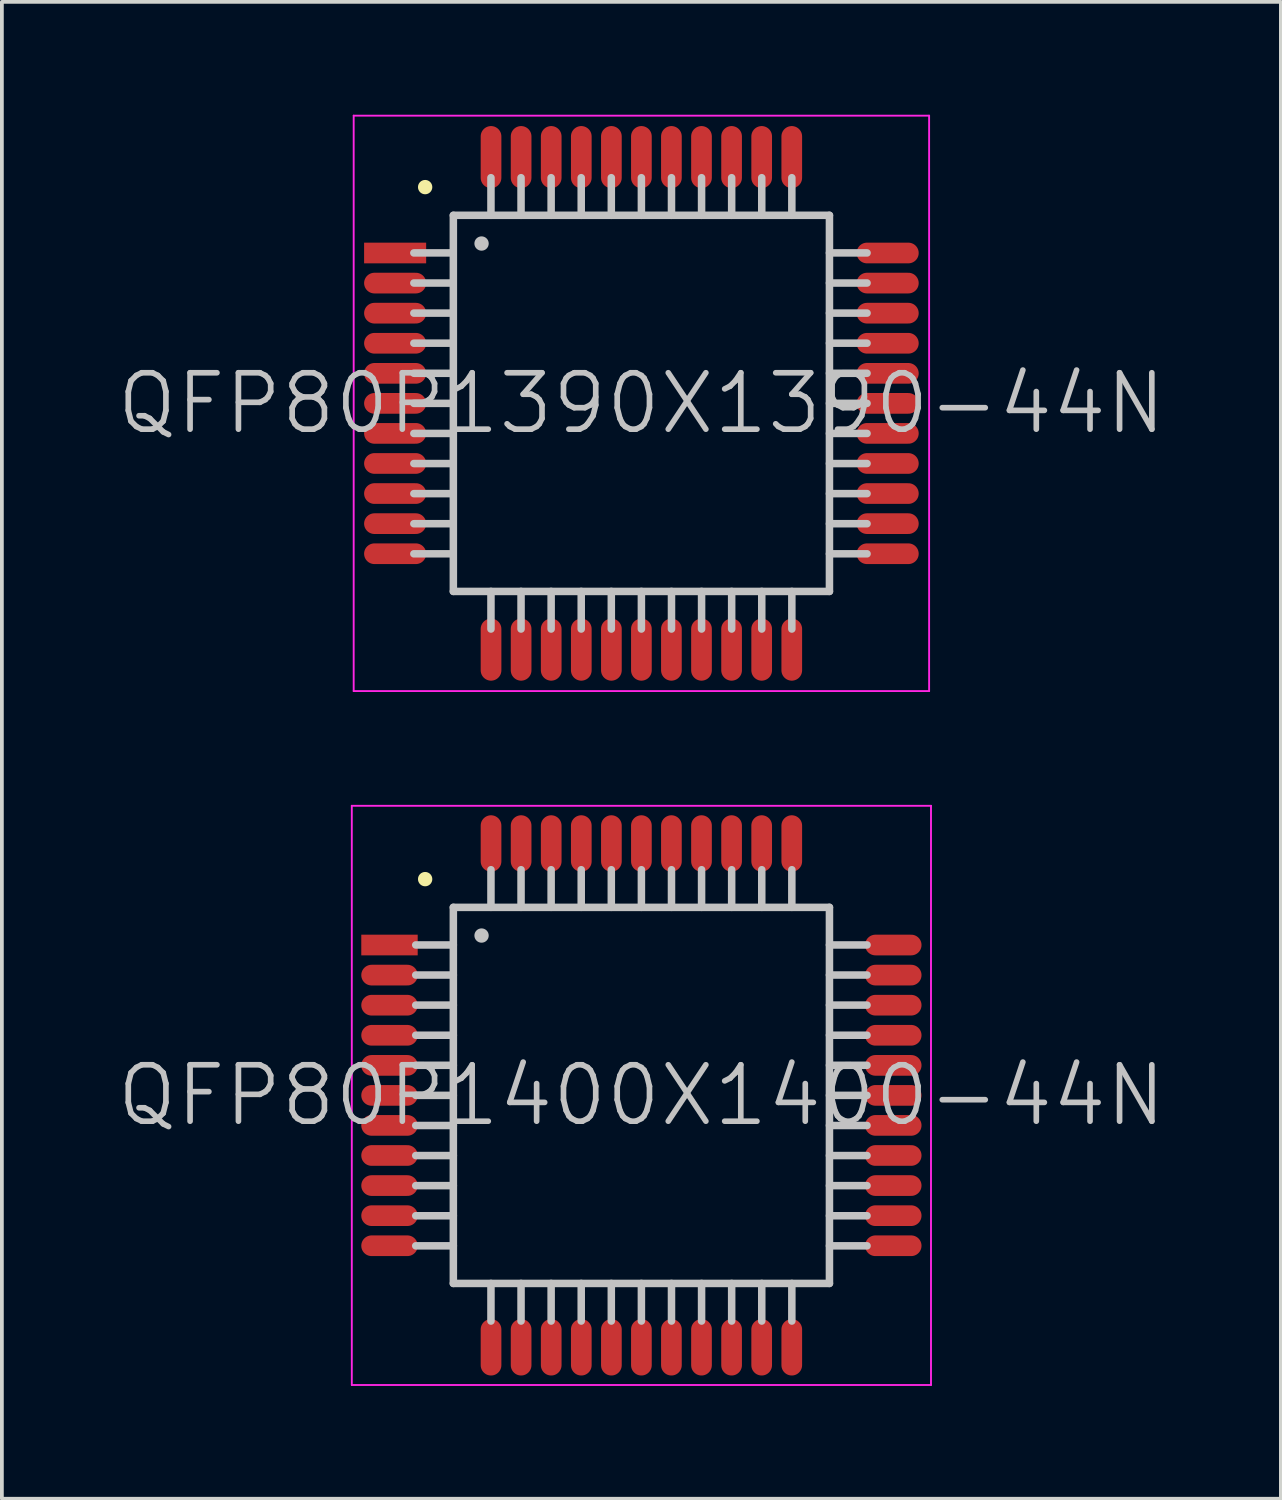
<source format=kicad_pcb>
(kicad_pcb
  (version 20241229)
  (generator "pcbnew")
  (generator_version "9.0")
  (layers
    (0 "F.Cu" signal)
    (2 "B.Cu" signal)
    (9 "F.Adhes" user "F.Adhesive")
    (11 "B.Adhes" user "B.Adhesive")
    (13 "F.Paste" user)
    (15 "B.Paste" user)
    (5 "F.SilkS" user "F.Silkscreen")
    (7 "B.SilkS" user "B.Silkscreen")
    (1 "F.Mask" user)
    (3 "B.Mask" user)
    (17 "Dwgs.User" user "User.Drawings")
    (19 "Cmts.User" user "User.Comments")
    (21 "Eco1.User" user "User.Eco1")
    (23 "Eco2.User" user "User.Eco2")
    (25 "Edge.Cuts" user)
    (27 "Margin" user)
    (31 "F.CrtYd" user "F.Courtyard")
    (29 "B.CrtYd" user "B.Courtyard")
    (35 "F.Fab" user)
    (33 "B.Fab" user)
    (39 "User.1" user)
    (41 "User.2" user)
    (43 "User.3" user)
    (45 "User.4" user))
  (footprint "QFP80P1390X1390-44N"
    (layer "F.Cu")
    (at 14.004 7.675)
    (property "Reference" "QFP80P1390X1390-44N" (at 0 0 0) (layer "Dwgs.User") (effects (font (size 1.5 1.5) (thickness 0.15))))
    (attr smd)
    (fp_line (start -5.75 -5.75) (end -5.75 -5.75) (stroke (width 0.381) (type solid)) (layer "F.SilkS"))
    (fp_line (start -5.05 -4) (end -6.05 -4) (stroke (width 0.2) (type solid)) (layer "Dwgs.User"))
    (fp_line (start -5.05 -3.2) (end -6.05 -3.2) (stroke (width 0.2) (type solid)) (layer "Dwgs.User"))
    (fp_line (start -5.05 -2.4) (end -6.05 -2.4) (stroke (width 0.2) (type solid)) (layer "Dwgs.User"))
    (fp_line (start -5.05 -1.6) (end -6.05 -1.6) (stroke (width 0.2) (type solid)) (layer "Dwgs.User"))
    (fp_line (start -5.05 -0.8) (end -6.05 -0.8) (stroke (width 0.2) (type solid)) (layer "Dwgs.User"))
    (fp_line (start -5.05 0) (end -6.05 0) (stroke (width 0.2) (type solid)) (layer "Dwgs.User"))
    (fp_line (start -5.05 0.8) (end -6.05 0.8) (stroke (width 0.2) (type solid)) (layer "Dwgs.User"))
    (fp_line (start -5.05 1.6) (end -6.05 1.6) (stroke (width 0.2) (type solid)) (layer "Dwgs.User"))
    (fp_line (start -5.05 2.4) (end -6.05 2.4) (stroke (width 0.2) (type solid)) (layer "Dwgs.User"))
    (fp_line (start -5.05 3.2) (end -6.05 3.2) (stroke (width 0.2) (type solid)) (layer "Dwgs.User"))
    (fp_line (start -5.05 4) (end -6.05 4) (stroke (width 0.2) (type solid)) (layer "Dwgs.User"))
    (fp_line (start -5 -5) (end -5 5) (stroke (width 0.2) (type solid)) (layer "Dwgs.User"))
    (fp_line (start -5 -5) (end 5 -5) (stroke (width 0.2) (type solid)) (layer "Dwgs.User"))
    (fp_line (start -5 5) (end 5 5) (stroke (width 0.2) (type solid)) (layer "Dwgs.User"))
    (fp_line (start -4.25 -4.25) (end -4.25 -4.25) (stroke (width 0.381) (type solid)) (layer "Dwgs.User"))
    (fp_line (start -4 -5) (end -4 -6) (stroke (width 0.2) (type solid)) (layer "Dwgs.User"))
    (fp_line (start -4 6) (end -4 5) (stroke (width 0.2) (type solid)) (layer "Dwgs.User"))
    (fp_line (start -3.2 -5) (end -3.2 -6) (stroke (width 0.2) (type solid)) (layer "Dwgs.User"))
    (fp_line (start -3.2 6) (end -3.2 5) (stroke (width 0.2) (type solid)) (layer "Dwgs.User"))
    (fp_line (start -2.4 -5) (end -2.4 -6) (stroke (width 0.2) (type solid)) (layer "Dwgs.User"))
    (fp_line (start -2.4 6) (end -2.4 5) (stroke (width 0.2) (type solid)) (layer "Dwgs.User"))
    (fp_line (start -1.6 -5) (end -1.6 -6) (stroke (width 0.2) (type solid)) (layer "Dwgs.User"))
    (fp_line (start -1.6 6) (end -1.6 5) (stroke (width 0.2) (type solid)) (layer "Dwgs.User"))
    (fp_line (start -0.8 -5) (end -0.8 -6) (stroke (width 0.2) (type solid)) (layer "Dwgs.User"))
    (fp_line (start -0.8 6) (end -0.8 5) (stroke (width 0.2) (type solid)) (layer "Dwgs.User"))
    (fp_line (start 0 -5) (end 0 -6) (stroke (width 0.2) (type solid)) (layer "Dwgs.User"))
    (fp_line (start 0 6) (end 0 5) (stroke (width 0.2) (type solid)) (layer "Dwgs.User"))
    (fp_line (start 0.8 -5) (end 0.8 -6) (stroke (width 0.2) (type solid)) (layer "Dwgs.User"))
    (fp_line (start 0.8 6) (end 0.8 5) (stroke (width 0.2) (type solid)) (layer "Dwgs.User"))
    (fp_line (start 1.6 -5) (end 1.6 -6) (stroke (width 0.2) (type solid)) (layer "Dwgs.User"))
    (fp_line (start 1.6 6) (end 1.6 5) (stroke (width 0.2) (type solid)) (layer "Dwgs.User"))
    (fp_line (start 2.4 -5) (end 2.4 -6) (stroke (width 0.2) (type solid)) (layer "Dwgs.User"))
    (fp_line (start 2.4 6) (end 2.4 5) (stroke (width 0.2) (type solid)) (layer "Dwgs.User"))
    (fp_line (start 3.2 -5) (end 3.2 -6) (stroke (width 0.2) (type solid)) (layer "Dwgs.User"))
    (fp_line (start 3.2 6) (end 3.2 5) (stroke (width 0.2) (type solid)) (layer "Dwgs.User"))
    (fp_line (start 4 -5) (end 4 -6) (stroke (width 0.2) (type solid)) (layer "Dwgs.User"))
    (fp_line (start 4 6) (end 4 5) (stroke (width 0.2) (type solid)) (layer "Dwgs.User"))
    (fp_line (start 5 -5) (end 5 5) (stroke (width 0.2) (type solid)) (layer "Dwgs.User"))
    (fp_line (start 6 -4) (end 5 -4) (stroke (width 0.2) (type solid)) (layer "Dwgs.User"))
    (fp_line (start 6 -3.2) (end 5 -3.2) (stroke (width 0.2) (type solid)) (layer "Dwgs.User"))
    (fp_line (start 6 -2.4) (end 5 -2.4) (stroke (width 0.2) (type solid)) (layer "Dwgs.User"))
    (fp_line (start 6 -1.6) (end 5 -1.6) (stroke (width 0.2) (type solid)) (layer "Dwgs.User"))
    (fp_line (start 6 -0.8) (end 5 -0.8) (stroke (width 0.2) (type solid)) (layer "Dwgs.User"))
    (fp_line (start 6 0) (end 5 0) (stroke (width 0.2) (type solid)) (layer "Dwgs.User"))
    (fp_line (start 6 0.8) (end 5 0.8) (stroke (width 0.2) (type solid)) (layer "Dwgs.User"))
    (fp_line (start 6 1.6) (end 5 1.6) (stroke (width 0.2) (type solid)) (layer "Dwgs.User"))
    (fp_line (start 6 2.4) (end 5 2.4) (stroke (width 0.2) (type solid)) (layer "Dwgs.User"))
    (fp_line (start 6 3.2) (end 5 3.2) (stroke (width 0.2) (type solid)) (layer "Dwgs.User"))
    (fp_line (start 6 4) (end 5 4) (stroke (width 0.2) (type solid)) (layer "Dwgs.User"))
    (fp_line (start -7.65 -7.65) (end -7.65 7.65) (stroke (width 0.05) (type solid)) (layer "F.CrtYd"))
    (fp_line (start -7.65 -7.65) (end 7.65 -7.65) (stroke (width 0.05) (type solid)) (layer "F.CrtYd"))
    (fp_line (start -7.65 7.65) (end 7.65 7.65) (stroke (width 0.05) (type solid)) (layer "F.CrtYd"))
    (fp_line (start 7.65 -7.65) (end 7.65 7.65) (stroke (width 0.05) (type solid)) (layer "F.CrtYd"))
    (pad "1" smd rect (at -6.548 -3.998 90) (size 0.55 1.65) (layers "F.Cu" "F.Mask" "F.Paste"))
    (pad "2" smd oval (at -6.548 -3.198 90) (size 0.55 1.65) (layers "F.Cu" "F.Mask" "F.Paste"))
    (pad "3" smd oval (at -6.548 -2.398 90) (size 0.55 1.65) (layers "F.Cu" "F.Mask" "F.Paste"))
    (pad "4" smd oval (at -6.548 -1.598 90) (size 0.55 1.65) (layers "F.Cu" "F.Mask" "F.Paste"))
    (pad "5" smd oval (at -6.548 -0.798 90) (size 0.55 1.65) (layers "F.Cu" "F.Mask" "F.Paste"))
    (pad "6" smd oval (at -6.548 0 90) (size 0.55 1.65) (layers "F.Cu" "F.Mask" "F.Paste"))
    (pad "7" smd oval (at -6.548 0.798 90) (size 0.55 1.65) (layers "F.Cu" "F.Mask" "F.Paste"))
    (pad "8" smd oval (at -6.548 1.598 90) (size 0.55 1.65) (layers "F.Cu" "F.Mask" "F.Paste"))
    (pad "9" smd oval (at -6.548 2.398 90) (size 0.55 1.65) (layers "F.Cu" "F.Mask" "F.Paste"))
    (pad "10" smd oval (at -6.548 3.198 90) (size 0.55 1.65) (layers "F.Cu" "F.Mask" "F.Paste"))
    (pad "11" smd oval (at -6.548 3.998 90) (size 0.55 1.65) (layers "F.Cu" "F.Mask" "F.Paste"))
    (pad "12" smd oval (at -3.998 6.548 180) (size 0.55 1.65) (layers "F.Cu" "F.Mask" "F.Paste"))
    (pad "13" smd oval (at -3.198 6.548 180) (size 0.55 1.65) (layers "F.Cu" "F.Mask" "F.Paste"))
    (pad "14" smd oval (at -2.398 6.548 180) (size 0.55 1.65) (layers "F.Cu" "F.Mask" "F.Paste"))
    (pad "15" smd oval (at -1.598 6.548 180) (size 0.55 1.65) (layers "F.Cu" "F.Mask" "F.Paste"))
    (pad "16" smd oval (at -0.798 6.548 180) (size 0.55 1.65) (layers "F.Cu" "F.Mask" "F.Paste"))
    (pad "17" smd oval (at 0 6.548 180) (size 0.55 1.65) (layers "F.Cu" "F.Mask" "F.Paste"))
    (pad "18" smd oval (at 0.798 6.548 180) (size 0.55 1.65) (layers "F.Cu" "F.Mask" "F.Paste"))
    (pad "19" smd oval (at 1.598 6.548 180) (size 0.55 1.65) (layers "F.Cu" "F.Mask" "F.Paste"))
    (pad "20" smd oval (at 2.398 6.548 180) (size 0.55 1.65) (layers "F.Cu" "F.Mask" "F.Paste"))
    (pad "21" smd oval (at 3.198 6.548 180) (size 0.55 1.65) (layers "F.Cu" "F.Mask" "F.Paste"))
    (pad "22" smd oval (at 3.998 6.548 180) (size 0.55 1.65) (layers "F.Cu" "F.Mask" "F.Paste"))
    (pad "23" smd oval (at 6.548 3.998 270) (size 0.55 1.65) (layers "F.Cu" "F.Mask" "F.Paste"))
    (pad "24" smd oval (at 6.548 3.198 270) (size 0.55 1.65) (layers "F.Cu" "F.Mask" "F.Paste"))
    (pad "25" smd oval (at 6.548 2.398 270) (size 0.55 1.65) (layers "F.Cu" "F.Mask" "F.Paste"))
    (pad "26" smd oval (at 6.548 1.598 270) (size 0.55 1.65) (layers "F.Cu" "F.Mask" "F.Paste"))
    (pad "27" smd oval (at 6.548 0.798 270) (size 0.55 1.65) (layers "F.Cu" "F.Mask" "F.Paste"))
    (pad "28" smd oval (at 6.548 0 270) (size 0.55 1.65) (layers "F.Cu" "F.Mask" "F.Paste"))
    (pad "29" smd oval (at 6.548 -0.798 270) (size 0.55 1.65) (layers "F.Cu" "F.Mask" "F.Paste"))
    (pad "30" smd oval (at 6.548 -1.598 270) (size 0.55 1.65) (layers "F.Cu" "F.Mask" "F.Paste"))
    (pad "31" smd oval (at 6.548 -2.398 270) (size 0.55 1.65) (layers "F.Cu" "F.Mask" "F.Paste"))
    (pad "32" smd oval (at 6.548 -3.198 270) (size 0.55 1.65) (layers "F.Cu" "F.Mask" "F.Paste"))
    (pad "33" smd oval (at 6.548 -3.998 270) (size 0.55 1.65) (layers "F.Cu" "F.Mask" "F.Paste"))
    (pad "34" smd oval (at 3.998 -6.548) (size 0.55 1.65) (layers "F.Cu" "F.Mask" "F.Paste"))
    (pad "35" smd oval (at 3.198 -6.548) (size 0.55 1.65) (layers "F.Cu" "F.Mask" "F.Paste"))
    (pad "36" smd oval (at 2.398 -6.548) (size 0.55 1.65) (layers "F.Cu" "F.Mask" "F.Paste"))
    (pad "37" smd oval (at 1.598 -6.548) (size 0.55 1.65) (layers "F.Cu" "F.Mask" "F.Paste"))
    (pad "38" smd oval (at 0.798 -6.548) (size 0.55 1.65) (layers "F.Cu" "F.Mask" "F.Paste"))
    (pad "39" smd oval (at 0 -6.548) (size 0.55 1.65) (layers "F.Cu" "F.Mask" "F.Paste"))
    (pad "40" smd oval (at -0.798 -6.548) (size 0.55 1.65) (layers "F.Cu" "F.Mask" "F.Paste"))
    (pad "41" smd oval (at -1.598 -6.548) (size 0.55 1.65) (layers "F.Cu" "F.Mask" "F.Paste"))
    (pad "42" smd oval (at -2.398 -6.548) (size 0.55 1.65) (layers "F.Cu" "F.Mask" "F.Paste"))
    (pad "43" smd oval (at -3.198 -6.548) (size 0.55 1.65) (layers "F.Cu" "F.Mask" "F.Paste"))
    (pad "44" smd oval (at -3.998 -6.548) (size 0.55 1.65) (layers "F.Cu" "F.Mask" "F.Paste")))
  (footprint "QFP80P1400X1400-44N"
    (layer "F.Cu")
    (at 14.004 26.075)
    (property "Reference" "QFP80P1400X1400-44N" (at 0 0 0) (layer "Dwgs.User") (effects (font (size 1.5 1.5) (thickness 0.15))))
    (attr smd)
    (fp_line (start -5.75 -5.75) (end -5.75 -5.75) (stroke (width 0.381) (type solid)) (layer "F.SilkS"))
    (fp_line (start -5 -5) (end -5 5) (stroke (width 0.2) (type solid)) (layer "Dwgs.User"))
    (fp_line (start -5 -5) (end 5 -5) (stroke (width 0.2) (type solid)) (layer "Dwgs.User"))
    (fp_line (start -5 -4) (end -6 -4) (stroke (width 0.2) (type solid)) (layer "Dwgs.User"))
    (fp_line (start -5 -3.2) (end -6 -3.2) (stroke (width 0.2) (type solid)) (layer "Dwgs.User"))
    (fp_line (start -5 -2.4) (end -6 -2.4) (stroke (width 0.2) (type solid)) (layer "Dwgs.User"))
    (fp_line (start -5 -1.6) (end -6 -1.6) (stroke (width 0.2) (type solid)) (layer "Dwgs.User"))
    (fp_line (start -5 -0.8) (end -6 -0.8) (stroke (width 0.2) (type solid)) (layer "Dwgs.User"))
    (fp_line (start -5 0) (end -6 0) (stroke (width 0.2) (type solid)) (layer "Dwgs.User"))
    (fp_line (start -5 0.8) (end -6 0.8) (stroke (width 0.2) (type solid)) (layer "Dwgs.User"))
    (fp_line (start -5 1.6) (end -6 1.6) (stroke (width 0.2) (type solid)) (layer "Dwgs.User"))
    (fp_line (start -5 2.4) (end -6 2.4) (stroke (width 0.2) (type solid)) (layer "Dwgs.User"))
    (fp_line (start -5 3.2) (end -6 3.2) (stroke (width 0.2) (type solid)) (layer "Dwgs.User"))
    (fp_line (start -5 4) (end -6 4) (stroke (width 0.2) (type solid)) (layer "Dwgs.User"))
    (fp_line (start -5 5) (end 5 5) (stroke (width 0.2) (type solid)) (layer "Dwgs.User"))
    (fp_line (start -4.25 -4.25) (end -4.25 -4.25) (stroke (width 0.381) (type solid)) (layer "Dwgs.User"))
    (fp_line (start -4 -5) (end -4 -6) (stroke (width 0.2) (type solid)) (layer "Dwgs.User"))
    (fp_line (start -4 6) (end -4 5) (stroke (width 0.2) (type solid)) (layer "Dwgs.User"))
    (fp_line (start -3.2 -5) (end -3.2 -6) (stroke (width 0.2) (type solid)) (layer "Dwgs.User"))
    (fp_line (start -3.2 6) (end -3.2 5) (stroke (width 0.2) (type solid)) (layer "Dwgs.User"))
    (fp_line (start -2.4 -5) (end -2.4 -6) (stroke (width 0.2) (type solid)) (layer "Dwgs.User"))
    (fp_line (start -2.4 6) (end -2.4 5) (stroke (width 0.2) (type solid)) (layer "Dwgs.User"))
    (fp_line (start -1.6 -5) (end -1.6 -6) (stroke (width 0.2) (type solid)) (layer "Dwgs.User"))
    (fp_line (start -1.6 6) (end -1.6 5) (stroke (width 0.2) (type solid)) (layer "Dwgs.User"))
    (fp_line (start -0.8 -5) (end -0.8 -6) (stroke (width 0.2) (type solid)) (layer "Dwgs.User"))
    (fp_line (start -0.8 6) (end -0.8 5) (stroke (width 0.2) (type solid)) (layer "Dwgs.User"))
    (fp_line (start 0 -5) (end 0 -6) (stroke (width 0.2) (type solid)) (layer "Dwgs.User"))
    (fp_line (start 0 6) (end 0 5) (stroke (width 0.2) (type solid)) (layer "Dwgs.User"))
    (fp_line (start 0.8 -5) (end 0.8 -6) (stroke (width 0.2) (type solid)) (layer "Dwgs.User"))
    (fp_line (start 0.8 6) (end 0.8 5) (stroke (width 0.2) (type solid)) (layer "Dwgs.User"))
    (fp_line (start 1.6 -5) (end 1.6 -6) (stroke (width 0.2) (type solid)) (layer "Dwgs.User"))
    (fp_line (start 1.6 6) (end 1.6 5) (stroke (width 0.2) (type solid)) (layer "Dwgs.User"))
    (fp_line (start 2.4 -5) (end 2.4 -6) (stroke (width 0.2) (type solid)) (layer "Dwgs.User"))
    (fp_line (start 2.4 6) (end 2.4 5) (stroke (width 0.2) (type solid)) (layer "Dwgs.User"))
    (fp_line (start 3.2 -5) (end 3.2 -6) (stroke (width 0.2) (type solid)) (layer "Dwgs.User"))
    (fp_line (start 3.2 6) (end 3.2 5) (stroke (width 0.2) (type solid)) (layer "Dwgs.User"))
    (fp_line (start 4 -5) (end 4 -6) (stroke (width 0.2) (type solid)) (layer "Dwgs.User"))
    (fp_line (start 4 6) (end 4 5) (stroke (width 0.2) (type solid)) (layer "Dwgs.User"))
    (fp_line (start 5 -5) (end 5 5) (stroke (width 0.2) (type solid)) (layer "Dwgs.User"))
    (fp_line (start 6 -4) (end 5 -4) (stroke (width 0.2) (type solid)) (layer "Dwgs.User"))
    (fp_line (start 6 -3.2) (end 5 -3.2) (stroke (width 0.2) (type solid)) (layer "Dwgs.User"))
    (fp_line (start 6 -2.4) (end 5 -2.4) (stroke (width 0.2) (type solid)) (layer "Dwgs.User"))
    (fp_line (start 6 -1.6) (end 5 -1.6) (stroke (width 0.2) (type solid)) (layer "Dwgs.User"))
    (fp_line (start 6 -0.8) (end 5 -0.8) (stroke (width 0.2) (type solid)) (layer "Dwgs.User"))
    (fp_line (start 6 0) (end 5 0) (stroke (width 0.2) (type solid)) (layer "Dwgs.User"))
    (fp_line (start 6 0.8) (end 5 0.8) (stroke (width 0.2) (type solid)) (layer "Dwgs.User"))
    (fp_line (start 6 1.6) (end 5 1.6) (stroke (width 0.2) (type solid)) (layer "Dwgs.User"))
    (fp_line (start 6 2.4) (end 5 2.4) (stroke (width 0.2) (type solid)) (layer "Dwgs.User"))
    (fp_line (start 6 3.2) (end 5 3.2) (stroke (width 0.2) (type solid)) (layer "Dwgs.User"))
    (fp_line (start 6 4) (end 5 4) (stroke (width 0.2) (type solid)) (layer "Dwgs.User"))
    (fp_line (start -7.7 -7.7) (end -7.7 7.7) (stroke (width 0.05) (type solid)) (layer "F.CrtYd"))
    (fp_line (start -7.7 -7.7) (end 7.7 -7.7) (stroke (width 0.05) (type solid)) (layer "F.CrtYd"))
    (fp_line (start -7.7 7.7) (end 7.7 7.7) (stroke (width 0.05) (type solid)) (layer "F.CrtYd"))
    (fp_line (start 7.7 -7.7) (end 7.7 7.7) (stroke (width 0.05) (type solid)) (layer "F.CrtYd"))
    (pad "1" smd rect (at -6.698 -3.998 90) (size 0.55 1.5) (layers "F.Cu" "F.Mask" "F.Paste"))
    (pad "2" smd oval (at -6.698 -3.198 90) (size 0.55 1.5) (layers "F.Cu" "F.Mask" "F.Paste"))
    (pad "3" smd oval (at -6.698 -2.398 90) (size 0.55 1.5) (layers "F.Cu" "F.Mask" "F.Paste"))
    (pad "4" smd oval (at -6.698 -1.598 90) (size 0.55 1.5) (layers "F.Cu" "F.Mask" "F.Paste"))
    (pad "5" smd oval (at -6.698 -0.798 90) (size 0.55 1.5) (layers "F.Cu" "F.Mask" "F.Paste"))
    (pad "6" smd oval (at -6.698 0 90) (size 0.55 1.5) (layers "F.Cu" "F.Mask" "F.Paste"))
    (pad "7" smd oval (at -6.698 0.798 90) (size 0.55 1.5) (layers "F.Cu" "F.Mask" "F.Paste"))
    (pad "8" smd oval (at -6.698 1.598 90) (size 0.55 1.5) (layers "F.Cu" "F.Mask" "F.Paste"))
    (pad "9" smd oval (at -6.698 2.398 90) (size 0.55 1.5) (layers "F.Cu" "F.Mask" "F.Paste"))
    (pad "10" smd oval (at -6.698 3.198 90) (size 0.55 1.5) (layers "F.Cu" "F.Mask" "F.Paste"))
    (pad "11" smd oval (at -6.698 3.998 90) (size 0.55 1.5) (layers "F.Cu" "F.Mask" "F.Paste"))
    (pad "12" smd oval (at -3.998 6.698 180) (size 0.55 1.5) (layers "F.Cu" "F.Mask" "F.Paste"))
    (pad "13" smd oval (at -3.198 6.698 180) (size 0.55 1.5) (layers "F.Cu" "F.Mask" "F.Paste"))
    (pad "14" smd oval (at -2.398 6.698 180) (size 0.55 1.5) (layers "F.Cu" "F.Mask" "F.Paste"))
    (pad "15" smd oval (at -1.598 6.698 180) (size 0.55 1.5) (layers "F.Cu" "F.Mask" "F.Paste"))
    (pad "16" smd oval (at -0.798 6.698 180) (size 0.55 1.5) (layers "F.Cu" "F.Mask" "F.Paste"))
    (pad "17" smd oval (at 0 6.698 180) (size 0.55 1.5) (layers "F.Cu" "F.Mask" "F.Paste"))
    (pad "18" smd oval (at 0.798 6.698 180) (size 0.55 1.5) (layers "F.Cu" "F.Mask" "F.Paste"))
    (pad "19" smd oval (at 1.598 6.698 180) (size 0.55 1.5) (layers "F.Cu" "F.Mask" "F.Paste"))
    (pad "20" smd oval (at 2.398 6.698 180) (size 0.55 1.5) (layers "F.Cu" "F.Mask" "F.Paste"))
    (pad "21" smd oval (at 3.198 6.698 180) (size 0.55 1.5) (layers "F.Cu" "F.Mask" "F.Paste"))
    (pad "22" smd oval (at 3.998 6.698 180) (size 0.55 1.5) (layers "F.Cu" "F.Mask" "F.Paste"))
    (pad "23" smd oval (at 6.698 3.998 270) (size 0.55 1.5) (layers "F.Cu" "F.Mask" "F.Paste"))
    (pad "24" smd oval (at 6.698 3.198 270) (size 0.55 1.5) (layers "F.Cu" "F.Mask" "F.Paste"))
    (pad "25" smd oval (at 6.698 2.398 270) (size 0.55 1.5) (layers "F.Cu" "F.Mask" "F.Paste"))
    (pad "26" smd oval (at 6.698 1.598 270) (size 0.55 1.5) (layers "F.Cu" "F.Mask" "F.Paste"))
    (pad "27" smd oval (at 6.698 0.798 270) (size 0.55 1.5) (layers "F.Cu" "F.Mask" "F.Paste"))
    (pad "28" smd oval (at 6.698 0 270) (size 0.55 1.5) (layers "F.Cu" "F.Mask" "F.Paste"))
    (pad "29" smd oval (at 6.698 -0.798 270) (size 0.55 1.5) (layers "F.Cu" "F.Mask" "F.Paste"))
    (pad "30" smd oval (at 6.698 -1.598 270) (size 0.55 1.5) (layers "F.Cu" "F.Mask" "F.Paste"))
    (pad "31" smd oval (at 6.698 -2.398 270) (size 0.55 1.5) (layers "F.Cu" "F.Mask" "F.Paste"))
    (pad "32" smd oval (at 6.698 -3.198 270) (size 0.55 1.5) (layers "F.Cu" "F.Mask" "F.Paste"))
    (pad "33" smd oval (at 6.698 -3.998 270) (size 0.55 1.5) (layers "F.Cu" "F.Mask" "F.Paste"))
    (pad "34" smd oval (at 3.998 -6.698) (size 0.55 1.5) (layers "F.Cu" "F.Mask" "F.Paste"))
    (pad "35" smd oval (at 3.198 -6.698) (size 0.55 1.5) (layers "F.Cu" "F.Mask" "F.Paste"))
    (pad "36" smd oval (at 2.398 -6.698) (size 0.55 1.5) (layers "F.Cu" "F.Mask" "F.Paste"))
    (pad "37" smd oval (at 1.598 -6.698) (size 0.55 1.5) (layers "F.Cu" "F.Mask" "F.Paste"))
    (pad "38" smd oval (at 0.798 -6.698) (size 0.55 1.5) (layers "F.Cu" "F.Mask" "F.Paste"))
    (pad "39" smd oval (at 0 -6.698) (size 0.55 1.5) (layers "F.Cu" "F.Mask" "F.Paste"))
    (pad "40" smd oval (at -0.798 -6.698) (size 0.55 1.5) (layers "F.Cu" "F.Mask" "F.Paste"))
    (pad "41" smd oval (at -1.598 -6.698) (size 0.55 1.5) (layers "F.Cu" "F.Mask" "F.Paste"))
    (pad "42" smd oval (at -2.398 -6.698) (size 0.55 1.5) (layers "F.Cu" "F.Mask" "F.Paste"))
    (pad "43" smd oval (at -3.198 -6.698) (size 0.55 1.5) (layers "F.Cu" "F.Mask" "F.Paste"))
    (pad "44" smd oval (at -3.998 -6.698) (size 0.55 1.5) (layers "F.Cu" "F.Mask" "F.Paste")))
  (gr_rect
    (start -3 -3)
    (end 31.007 36.8)
    (stroke (width 0.1) (type default))
    (fill no)
    (layer "Edge.Cuts")))
</source>
